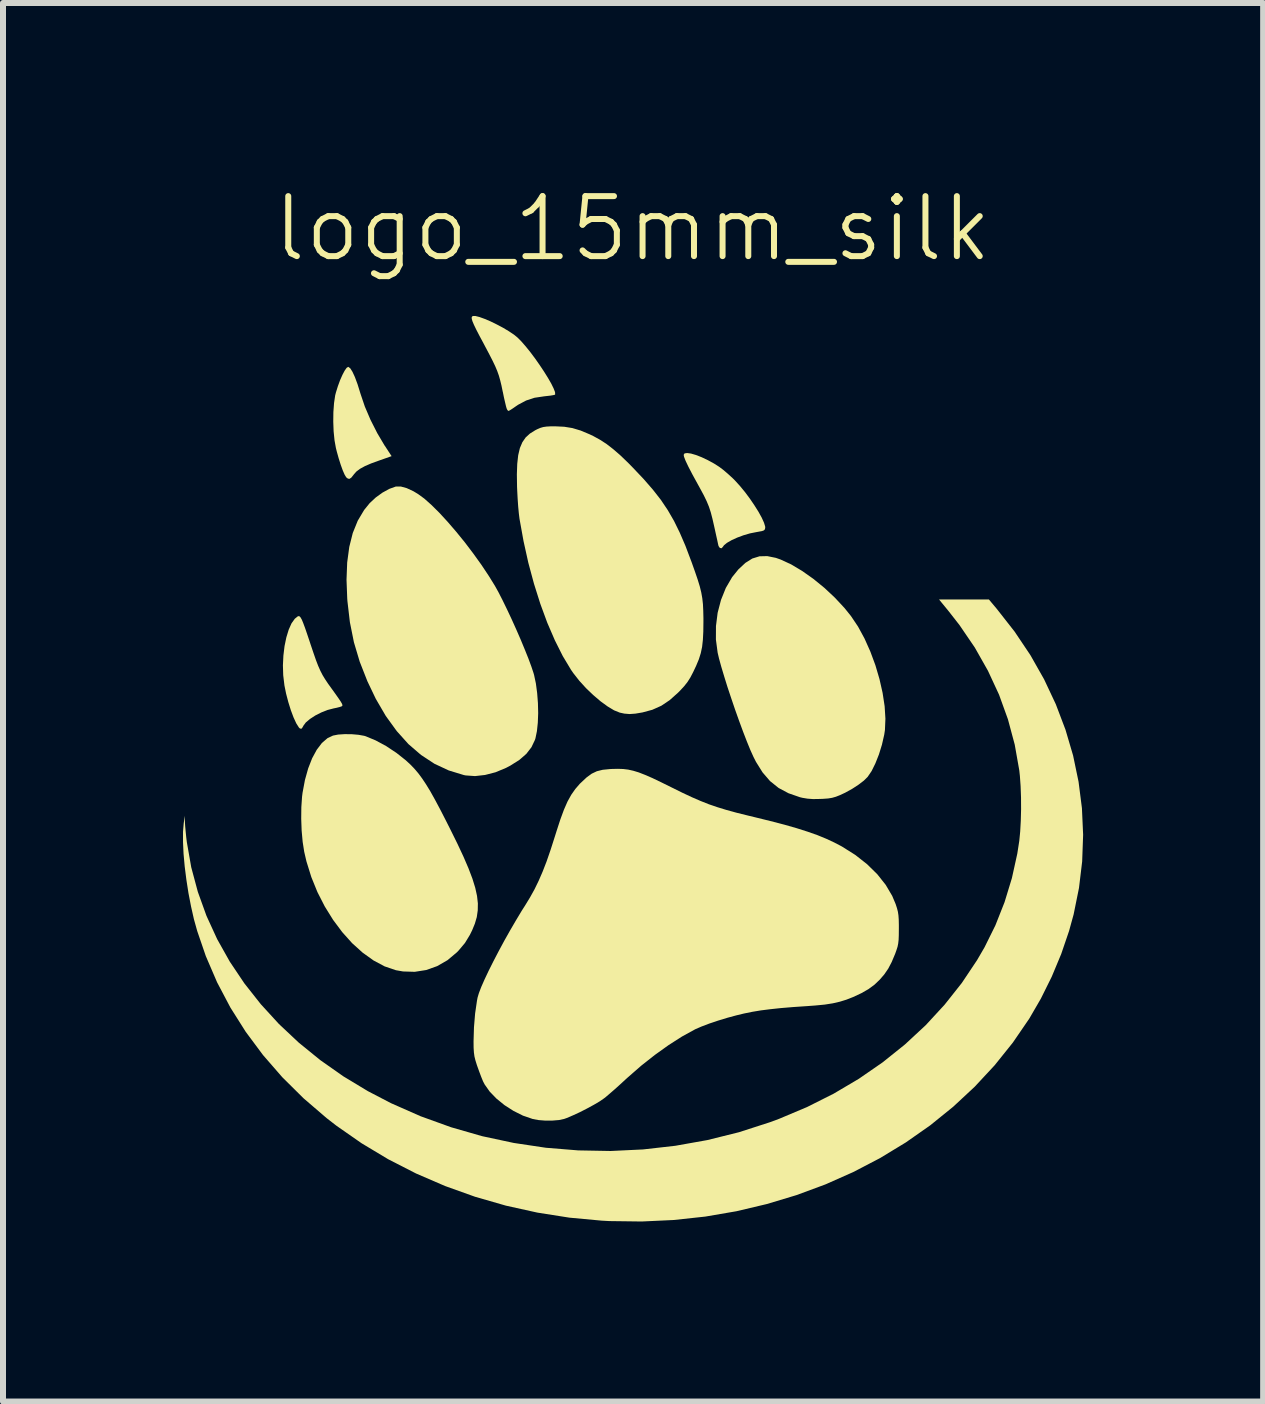
<source format=kicad_pcb>
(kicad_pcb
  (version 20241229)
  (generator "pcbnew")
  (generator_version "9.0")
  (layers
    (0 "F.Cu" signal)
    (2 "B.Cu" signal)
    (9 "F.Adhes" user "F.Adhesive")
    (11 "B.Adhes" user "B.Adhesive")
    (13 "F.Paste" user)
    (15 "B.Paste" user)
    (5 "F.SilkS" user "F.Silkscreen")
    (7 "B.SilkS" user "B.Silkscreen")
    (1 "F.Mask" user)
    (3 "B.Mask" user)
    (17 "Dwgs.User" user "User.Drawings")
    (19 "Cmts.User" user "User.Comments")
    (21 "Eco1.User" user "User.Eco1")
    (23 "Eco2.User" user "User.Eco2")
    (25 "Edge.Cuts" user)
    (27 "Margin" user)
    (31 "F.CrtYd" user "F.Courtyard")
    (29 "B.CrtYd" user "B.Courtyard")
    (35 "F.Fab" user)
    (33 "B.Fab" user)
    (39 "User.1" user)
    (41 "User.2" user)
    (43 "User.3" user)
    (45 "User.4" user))
  (footprint "logo_15mm_silk"
    (layer "F.Cu")
    (at 7.492 9.761)
    (property "Reference" "logo_15mm_silk" (at 0 -9 0) (unlocked yes) (layer "F.SilkS") (effects (font (size 1 1) (thickness 0.1))))
    (attr smd)
    (fp_poly (pts (xy -4.737 -6.697) (xy -4.705 -6.673) (xy -4.668 -6.615) (xy -4.627 -6.526) (xy -4.583 -6.407) (xy -4.538 -6.262) (xy -4.533 -6.246) (xy -4.462 -6.036) (xy -4.367 -5.814) (xy -4.255 -5.593) (xy -4.132 -5.385) (xy -4.129 -5.382) (xy -4.016 -5.209) (xy -4.218 -5.138) (xy -4.356 -5.088) (xy -4.462 -5.042) (xy -4.542 -4.998) (xy -4.601 -4.954) (xy -4.644 -4.906) (xy -4.648 -4.9) (xy -4.69 -4.848) (xy -4.723 -4.829) (xy -4.755 -4.841) (xy -4.774 -4.859) (xy -4.799 -4.901) (xy -4.83 -4.972) (xy -4.864 -5.066) (xy -4.898 -5.174) (xy -4.93 -5.289) (xy -4.944 -5.345) (xy -4.967 -5.473) (xy -4.982 -5.623) (xy -4.988 -5.784) (xy -4.986 -5.944) (xy -4.975 -6.094) (xy -4.956 -6.222) (xy -4.944 -6.269) (xy -4.911 -6.375) (xy -4.874 -6.476) (xy -4.835 -6.564) (xy -4.798 -6.634) (xy -4.765 -6.681) (xy -4.739 -6.697)) (stroke (width 0) (type solid)) (fill yes) (layer "F.SilkS"))
    (fp_poly (pts (xy -5.549 -2.539) (xy -5.533 -2.521) (xy -5.513 -2.486) (xy -5.49 -2.431) (xy -5.46 -2.351) (xy -5.423 -2.243) (xy -5.376 -2.103) (xy -5.367 -2.075) (xy -5.317 -1.927) (xy -5.276 -1.809) (xy -5.239 -1.713) (xy -5.203 -1.632) (xy -5.166 -1.56) (xy -5.124 -1.491) (xy -5.074 -1.416) (xy -5.022 -1.344) (xy -4.95 -1.244) (xy -4.898 -1.17) (xy -4.863 -1.118) (xy -4.843 -1.083) (xy -4.835 -1.061) (xy -4.837 -1.049) (xy -4.846 -1.04) (xy -4.847 -1.04) (xy -4.878 -1.029) (xy -4.933 -1.015) (xy -4.982 -1.005) (xy -5.082 -0.979) (xy -5.186 -0.938) (xy -5.287 -0.887) (xy -5.376 -0.829) (xy -5.445 -0.771) (xy -5.486 -0.716) (xy -5.49 -0.707) (xy -5.513 -0.669) (xy -5.541 -0.668) (xy -5.56 -0.686) (xy -5.604 -0.755) (xy -5.65 -0.855) (xy -5.695 -0.975) (xy -5.737 -1.11) (xy -5.774 -1.251) (xy -5.802 -1.389) (xy -5.803 -1.398) (xy -5.822 -1.558) (xy -5.827 -1.723) (xy -5.819 -1.886) (xy -5.8 -2.043) (xy -5.77 -2.188) (xy -5.731 -2.316) (xy -5.684 -2.422) (xy -5.629 -2.499) (xy -5.581 -2.538) (xy -5.565 -2.543)) (stroke (width 0) (type solid)) (fill yes) (layer "F.SilkS"))
    (fp_poly (pts (xy 0.975 -5.252) (xy 1.057 -5.228) (xy 1.152 -5.191) (xy 1.253 -5.143) (xy 1.356 -5.087) (xy 1.441 -5.033) (xy 1.508 -4.983) (xy 1.588 -4.915) (xy 1.668 -4.842) (xy 1.705 -4.805) (xy 1.788 -4.714) (xy 1.873 -4.611) (xy 1.955 -4.501) (xy 2.031 -4.389) (xy 2.099 -4.281) (xy 2.153 -4.183) (xy 2.191 -4.099) (xy 2.21 -4.036) (xy 2.211 -4.014) (xy 2.205 -3.989) (xy 2.189 -3.972) (xy 2.156 -3.96) (xy 2.096 -3.949) (xy 2.063 -3.943) (xy 1.957 -3.922) (xy 1.848 -3.89) (xy 1.743 -3.851) (xy 1.649 -3.808) (xy 1.573 -3.764) (xy 1.523 -3.723) (xy 1.507 -3.7) (xy 1.484 -3.674) (xy 1.455 -3.679) (xy 1.433 -3.711) (xy 1.432 -3.714) (xy 1.424 -3.748) (xy 1.411 -3.81) (xy 1.392 -3.894) (xy 1.371 -3.991) (xy 1.362 -4.031) (xy 1.332 -4.163) (xy 1.304 -4.271) (xy 1.273 -4.366) (xy 1.235 -4.458) (xy 1.187 -4.557) (xy 1.125 -4.672) (xy 1.087 -4.741) (xy 0.998 -4.903) (xy 0.93 -5.034) (xy 0.883 -5.133) (xy 0.857 -5.201) (xy 0.852 -5.231) (xy 0.867 -5.255) (xy 0.91 -5.261)) (stroke (width 0) (type solid)) (fill yes) (layer "F.SilkS"))
    (fp_poly (pts (xy -2.552 -7.528) (xy -2.466 -7.497) (xy -2.367 -7.455) (xy -2.263 -7.404) (xy -2.159 -7.349) (xy -2.062 -7.291) (xy -1.978 -7.235) (xy -1.921 -7.189) (xy -1.854 -7.122) (xy -1.78 -7.037) (xy -1.701 -6.939) (xy -1.622 -6.833) (xy -1.545 -6.723) (xy -1.472 -6.613) (xy -1.408 -6.51) (xy -1.354 -6.416) (xy -1.315 -6.336) (xy -1.292 -6.276) (xy -1.29 -6.239) (xy -1.293 -6.233) (xy -1.316 -6.227) (xy -1.367 -6.218) (xy -1.438 -6.21) (xy -1.473 -6.206) (xy -1.634 -6.182) (xy -1.774 -6.136) (xy -1.906 -6.066) (xy -1.949 -6.037) (xy -2.004 -5.999) (xy -2.047 -5.972) (xy -2.069 -5.962) (xy -2.069 -5.962) (xy -2.086 -5.977) (xy -2.099 -6.005) (xy -2.109 -6.04) (xy -2.124 -6.103) (xy -2.143 -6.185) (xy -2.162 -6.279) (xy -2.164 -6.285) (xy -2.185 -6.387) (xy -2.206 -6.473) (xy -2.228 -6.551) (xy -2.255 -6.627) (xy -2.289 -6.708) (xy -2.333 -6.8) (xy -2.39 -6.911) (xy -2.462 -7.047) (xy -2.476 -7.074) (xy -2.549 -7.21) (xy -2.604 -7.316) (xy -2.643 -7.397) (xy -2.668 -7.456) (xy -2.68 -7.497) (xy -2.681 -7.523) (xy -2.672 -7.538) (xy -2.662 -7.544) (xy -2.62 -7.545)) (stroke (width 0) (type solid)) (fill yes) (layer "F.SilkS"))
    (fp_poly (pts (xy -4.679 -0.575) (xy -4.566 -0.565) (xy -4.471 -0.548) (xy -4.448 -0.541) (xy -4.282 -0.472) (xy -4.108 -0.378) (xy -3.937 -0.265) (xy -3.779 -0.14) (xy -3.699 -0.066) (xy -3.634 0.002) (xy -3.571 0.076) (xy -3.508 0.161) (xy -3.442 0.26) (xy -3.371 0.376) (xy -3.294 0.514) (xy -3.207 0.677) (xy -3.109 0.868) (xy -3.041 1.003) (xy -2.919 1.25) (xy -2.817 1.468) (xy -2.734 1.661) (xy -2.669 1.832) (xy -2.622 1.984) (xy -2.592 2.12) (xy -2.578 2.245) (xy -2.58 2.361) (xy -2.596 2.473) (xy -2.628 2.582) (xy -2.673 2.692) (xy -2.711 2.769) (xy -2.793 2.904) (xy -2.898 3.029) (xy -2.928 3.06) (xy -3.084 3.191) (xy -3.256 3.29) (xy -3.439 3.355) (xy -3.63 3.385) (xy -3.825 3.379) (xy -3.945 3.358) (xy -4.133 3.294) (xy -4.318 3.195) (xy -4.499 3.065) (xy -4.674 2.907) (xy -4.838 2.724) (xy -4.991 2.519) (xy -5.13 2.295) (xy -5.252 2.056) (xy -5.354 1.805) (xy -5.435 1.544) (xy -5.472 1.385) (xy -5.498 1.219) (xy -5.515 1.031) (xy -5.522 0.834) (xy -5.52 0.641) (xy -5.508 0.466) (xy -5.5 0.402) (xy -5.46 0.188) (xy -5.406 -0.005) (xy -5.34 -0.174) (xy -5.263 -0.316) (xy -5.177 -0.429) (xy -5.084 -0.509) (xy -4.993 -0.552) (xy -4.907 -0.569) (xy -4.798 -0.576)) (stroke (width 0) (type solid)) (fill yes) (layer "F.SilkS"))
    (fp_poly (pts (xy 2.388 -3.514) (xy 2.47 -3.485) (xy 2.643 -3.405) (xy 2.826 -3.296) (xy 3.013 -3.164) (xy 3.198 -3.013) (xy 3.373 -2.849) (xy 3.533 -2.677) (xy 3.64 -2.544) (xy 3.758 -2.368) (xy 3.866 -2.169) (xy 3.963 -1.952) (xy 4.047 -1.725) (xy 4.115 -1.494) (xy 4.167 -1.264) (xy 4.201 -1.042) (xy 4.214 -0.833) (xy 4.206 -0.645) (xy 4.194 -0.566) (xy 4.156 -0.4) (xy 4.106 -0.238) (xy 4.047 -0.089) (xy 3.984 0.039) (xy 3.918 0.136) (xy 3.917 0.137) (xy 3.854 0.199) (xy 3.765 0.267) (xy 3.659 0.336) (xy 3.545 0.399) (xy 3.46 0.439) (xy 3.389 0.467) (xy 3.326 0.485) (xy 3.259 0.496) (xy 3.174 0.502) (xy 3.123 0.504) (xy 3.007 0.506) (xy 2.915 0.499) (xy 2.83 0.485) (xy 2.789 0.475) (xy 2.599 0.409) (xy 2.434 0.321) (xy 2.291 0.206) (xy 2.167 0.062) (xy 2.057 -0.114) (xy 2.014 -0.199) (xy 1.963 -0.312) (xy 1.905 -0.454) (xy 1.842 -0.617) (xy 1.776 -0.796) (xy 1.709 -0.984) (xy 1.644 -1.175) (xy 1.582 -1.361) (xy 1.527 -1.538) (xy 1.479 -1.698) (xy 1.441 -1.836) (xy 1.418 -1.934) (xy 1.389 -2.153) (xy 1.39 -2.377) (xy 1.418 -2.599) (xy 1.474 -2.813) (xy 1.554 -3.012) (xy 1.659 -3.192) (xy 1.763 -3.321) (xy 1.88 -3.43) (xy 1.996 -3.503) (xy 2.116 -3.54) (xy 2.245 -3.543)) (stroke (width 0) (type solid)) (fill yes) (layer "F.SilkS"))
    (fp_poly (pts (xy -3.764 -4.676) (xy -3.65 -4.623) (xy -3.574 -4.577) (xy -3.47 -4.501) (xy -3.351 -4.395) (xy -3.22 -4.265) (xy -3.082 -4.115) (xy -2.939 -3.949) (xy -2.795 -3.772) (xy -2.654 -3.586) (xy -2.519 -3.398) (xy -2.394 -3.21) (xy -2.294 -3.048) (xy -2.234 -2.94) (xy -2.166 -2.807) (xy -2.092 -2.655) (xy -2.015 -2.491) (xy -1.938 -2.32) (xy -1.864 -2.15) (xy -1.796 -1.986) (xy -1.735 -1.834) (xy -1.686 -1.701) (xy -1.65 -1.593) (xy -1.641 -1.561) (xy -1.611 -1.42) (xy -1.59 -1.261) (xy -1.577 -1.093) (xy -1.573 -0.926) (xy -1.579 -0.767) (xy -1.594 -0.625) (xy -1.618 -0.508) (xy -1.627 -0.48) (xy -1.685 -0.358) (xy -1.77 -0.248) (xy -1.886 -0.147) (xy -2.036 -0.052) (xy -2.11 -0.013) (xy -2.283 0.059) (xy -2.457 0.104) (xy -2.625 0.123) (xy -2.78 0.112) (xy -2.811 0.106) (xy -3.063 0.029) (xy -3.301 -0.082) (xy -3.525 -0.229) (xy -3.735 -0.41) (xy -3.93 -0.627) (xy -4.112 -0.878) (xy -4.279 -1.164) (xy -4.419 -1.457) (xy -4.547 -1.783) (xy -4.644 -2.108) (xy -4.711 -2.442) (xy -4.752 -2.794) (xy -4.755 -2.833) (xy -4.767 -3.15) (xy -4.756 -3.437) (xy -4.721 -3.697) (xy -4.663 -3.928) (xy -4.58 -4.133) (xy -4.474 -4.311) (xy -4.381 -4.426) (xy -4.28 -4.52) (xy -4.168 -4.601) (xy -4.053 -4.664) (xy -3.947 -4.702) (xy -3.942 -4.703) (xy -3.862 -4.703)) (stroke (width 0) (type solid)) (fill yes) (layer "F.SilkS"))
    (fp_poly (pts (xy -1.139 -5.699) (xy -1.003 -5.677) (xy -0.866 -5.636) (xy -0.718 -5.574) (xy -0.653 -5.543) (xy -0.542 -5.482) (xy -0.434 -5.412) (xy -0.323 -5.326) (xy -0.203 -5.222) (xy -0.07 -5.094) (xy 0.011 -5.011) (xy 0.188 -4.824) (xy 0.34 -4.649) (xy 0.472 -4.48) (xy 0.587 -4.309) (xy 0.691 -4.129) (xy 0.787 -3.933) (xy 0.881 -3.715) (xy 0.975 -3.466) (xy 0.981 -3.451) (xy 1.039 -3.288) (xy 1.085 -3.153) (xy 1.12 -3.039) (xy 1.145 -2.937) (xy 1.162 -2.841) (xy 1.173 -2.742) (xy 1.178 -2.634) (xy 1.181 -2.509) (xy 1.181 -2.451) (xy 1.179 -2.285) (xy 1.172 -2.148) (xy 1.159 -2.031) (xy 1.137 -1.926) (xy 1.105 -1.824) (xy 1.06 -1.716) (xy 1.01 -1.61) (xy 0.963 -1.52) (xy 0.916 -1.446) (xy 0.861 -1.376) (xy 0.789 -1.298) (xy 0.759 -1.268) (xy 0.619 -1.143) (xy 0.479 -1.049) (xy 0.329 -0.982) (xy 0.166 -0.938) (xy 0.048 -0.918) (xy -0.048 -0.911) (xy -0.136 -0.918) (xy -0.214 -0.935) (xy -0.308 -0.973) (xy -0.416 -1.038) (xy -0.534 -1.124) (xy -0.656 -1.228) (xy -0.776 -1.343) (xy -0.888 -1.466) (xy -0.986 -1.591) (xy -1.025 -1.647) (xy -1.163 -1.877) (xy -1.295 -2.14) (xy -1.421 -2.432) (xy -1.537 -2.747) (xy -1.643 -3.083) (xy -1.737 -3.432) (xy -1.817 -3.793) (xy -1.883 -4.159) (xy -1.884 -4.164) (xy -1.895 -4.253) (xy -1.906 -4.368) (xy -1.915 -4.497) (xy -1.922 -4.628) (xy -1.925 -4.699) (xy -1.928 -4.906) (xy -1.922 -5.08) (xy -1.906 -5.224) (xy -1.878 -5.343) (xy -1.837 -5.44) (xy -1.782 -5.52) (xy -1.711 -5.585) (xy -1.623 -5.64) (xy -1.59 -5.657) (xy -1.537 -5.68) (xy -1.489 -5.694) (xy -1.433 -5.702) (xy -1.36 -5.706) (xy -1.287 -5.706)) (stroke (width 0) (type solid)) (fill yes) (layer "F.SilkS"))
    (fp_poly (pts (xy 6.07 -2.664) (xy 6.367 -2.285) (xy 6.63 -1.893) (xy 6.859 -1.489) (xy 7.054 -1.074) (xy 7.215 -0.65) (xy 7.342 -0.219) (xy 7.433 0.218) (xy 7.489 0.658) (xy 7.509 1.101) (xy 7.493 1.545) (xy 7.44 1.987) (xy 7.351 2.427) (xy 7.274 2.706) (xy 7.144 3.087) (xy 6.986 3.466) (xy 6.804 3.833) (xy 6.612 4.164) (xy 6.338 4.564) (xy 6.034 4.943) (xy 5.702 5.3) (xy 5.343 5.634) (xy 4.96 5.944) (xy 4.553 6.229) (xy 4.125 6.489) (xy 3.678 6.722) (xy 3.214 6.928) (xy 2.733 7.106) (xy 2.238 7.255) (xy 1.731 7.375) (xy 1.213 7.464) (xy 0.687 7.521) (xy 0.153 7.546) (xy -0.386 7.539) (xy -0.513 7.532) (xy -1.052 7.482) (xy -1.585 7.398) (xy -2.11 7.282) (xy -2.624 7.134) (xy -3.124 6.955) (xy -3.608 6.746) (xy -4.073 6.508) (xy -4.516 6.242) (xy -4.935 5.95) (xy -5.1 5.822) (xy -5.484 5.492) (xy -5.837 5.142) (xy -6.158 4.773) (xy -6.446 4.386) (xy -6.702 3.981) (xy -6.924 3.56) (xy -7.112 3.123) (xy -7.255 2.706) (xy -7.31 2.509) (xy -7.358 2.296) (xy -7.401 2.074) (xy -7.436 1.849) (xy -7.464 1.628) (xy -7.483 1.417) (xy -7.492 1.223) (xy -7.492 1.051) (xy -7.48 0.909) (xy -7.48 0.908) (xy -7.462 0.785) (xy -7.46 0.893) (xy -7.456 0.957) (xy -7.448 1.045) (xy -7.438 1.145) (xy -7.428 1.225) (xy -7.355 1.642) (xy -7.245 2.052) (xy -7.101 2.452) (xy -6.923 2.84) (xy -6.712 3.216) (xy -6.469 3.578) (xy -6.196 3.924) (xy -5.894 4.254) (xy -5.563 4.565) (xy -5.205 4.856) (xy -4.821 5.126) (xy -4.412 5.373) (xy -4.026 5.574) (xy -3.532 5.792) (xy -3.025 5.975) (xy -2.507 6.124) (xy -1.979 6.237) (xy -1.445 6.317) (xy -0.906 6.361) (xy -0.366 6.371) (xy 0.175 6.345) (xy 0.713 6.284) (xy 1.247 6.189) (xy 1.774 6.058) (xy 2.291 5.891) (xy 2.442 5.835) (xy 2.907 5.639) (xy 3.351 5.416) (xy 3.772 5.167) (xy 4.17 4.892) (xy 4.541 4.594) (xy 4.886 4.274) (xy 5.201 3.932) (xy 5.487 3.571) (xy 5.741 3.191) (xy 5.866 2.976) (xy 6.047 2.61) (xy 6.2 2.223) (xy 6.322 1.823) (xy 6.412 1.415) (xy 6.445 1.202) (xy 6.46 1.049) (xy 6.47 0.87) (xy 6.475 0.676) (xy 6.474 0.479) (xy 6.467 0.29) (xy 6.455 0.12) (xy 6.445 0.028) (xy 6.369 -0.402) (xy 6.256 -0.823) (xy 6.108 -1.233) (xy 5.923 -1.632) (xy 5.704 -2.019) (xy 5.449 -2.393) (xy 5.267 -2.626) (xy 5.108 -2.82) (xy 5.524 -2.82) (xy 5.939 -2.82)) (stroke (width 0) (type solid)) (fill yes) (layer "F.SilkS"))
    (fp_poly (pts (xy -0.156 0.005) (xy -0.073 0.015) (xy 0.012 0.034) (xy 0.104 0.062) (xy 0.209 0.103) (xy 0.331 0.156) (xy 0.475 0.225) (xy 0.647 0.31) (xy 0.653 0.313) (xy 0.831 0.401) (xy 0.989 0.475) (xy 1.132 0.537) (xy 1.27 0.592) (xy 1.41 0.64) (xy 1.56 0.686) (xy 1.727 0.732) (xy 1.92 0.78) (xy 2.028 0.806) (xy 2.296 0.872) (xy 2.531 0.933) (xy 2.737 0.992) (xy 2.919 1.05) (xy 3.081 1.107) (xy 3.227 1.167) (xy 3.362 1.23) (xy 3.49 1.297) (xy 3.493 1.299) (xy 3.712 1.437) (xy 3.908 1.591) (xy 4.078 1.758) (xy 4.219 1.936) (xy 4.327 2.119) (xy 4.385 2.257) (xy 4.407 2.325) (xy 4.422 2.384) (xy 4.431 2.443) (xy 4.436 2.513) (xy 4.438 2.604) (xy 4.438 2.669) (xy 4.437 2.775) (xy 4.434 2.853) (xy 4.427 2.914) (xy 4.416 2.968) (xy 4.398 3.024) (xy 4.377 3.083) (xy 4.319 3.221) (xy 4.261 3.332) (xy 4.195 3.428) (xy 4.12 3.515) (xy 4.031 3.6) (xy 3.932 3.673) (xy 3.815 3.74) (xy 3.676 3.805) (xy 3.564 3.849) (xy 3.454 3.883) (xy 3.337 3.91) (xy 3.204 3.931) (xy 3.048 3.946) (xy 2.915 3.956) (xy 2.679 3.972) (xy 2.474 3.989) (xy 2.296 4.008) (xy 2.137 4.028) (xy 1.993 4.052) (xy 1.856 4.08) (xy 1.732 4.11) (xy 1.58 4.151) (xy 1.426 4.198) (xy 1.28 4.247) (xy 1.151 4.296) (xy 1.047 4.341) (xy 1.032 4.349) (xy 0.823 4.464) (xy 0.601 4.606) (xy 0.373 4.769) (xy 0.146 4.948) (xy -0.073 5.139) (xy -0.114 5.176) (xy -0.203 5.258) (xy -0.293 5.339) (xy -0.377 5.412) (xy -0.445 5.47) (xy -0.473 5.492) (xy -0.545 5.542) (xy -0.643 5.6) (xy -0.757 5.662) (xy -0.876 5.723) (xy -0.993 5.777) (xy -1.096 5.821) (xy -1.141 5.837) (xy -1.225 5.855) (xy -1.333 5.864) (xy -1.451 5.865) (xy -1.565 5.856) (xy -1.664 5.838) (xy -1.666 5.837) (xy -1.826 5.782) (xy -1.984 5.703) (xy -2.134 5.607) (xy -2.268 5.498) (xy -2.381 5.381) (xy -2.465 5.262) (xy -2.492 5.21) (xy -2.521 5.139) (xy -2.555 5.049) (xy -2.588 4.957) (xy -2.595 4.937) (xy -2.619 4.86) (xy -2.635 4.795) (xy -2.644 4.729) (xy -2.649 4.649) (xy -2.65 4.544) (xy -2.65 4.544) (xy -2.643 4.31) (xy -2.624 4.08) (xy -2.593 3.867) (xy -2.583 3.814) (xy -2.561 3.74) (xy -2.522 3.638) (xy -2.467 3.513) (xy -2.399 3.369) (xy -2.32 3.211) (xy -2.233 3.044) (xy -2.14 2.871) (xy -2.042 2.697) (xy -1.943 2.527) (xy -1.845 2.364) (xy -1.792 2.281) (xy -1.709 2.145) (xy -1.634 2.01) (xy -1.565 1.868) (xy -1.499 1.716) (xy -1.433 1.546) (xy -1.366 1.352) (xy -1.295 1.13) (xy -1.267 1.041) (xy -1.204 0.847) (xy -1.144 0.684) (xy -1.085 0.549) (xy -1.022 0.435) (xy -0.954 0.338) (xy -0.879 0.251) (xy -0.863 0.236) (xy -0.767 0.146) (xy -0.681 0.083) (xy -0.595 0.042) (xy -0.498 0.018) (xy -0.378 0.006) (xy -0.339 0.004) (xy -0.243 0.002)) (stroke (width 0) (type solid)) (fill yes) (layer "F.SilkS")))
  (gr_rect
    (start -3 -3)
    (end 18.001 20.307)
    (stroke (width 0.1) (type default))
    (fill no)
    (layer "Edge.Cuts")))
</source>
